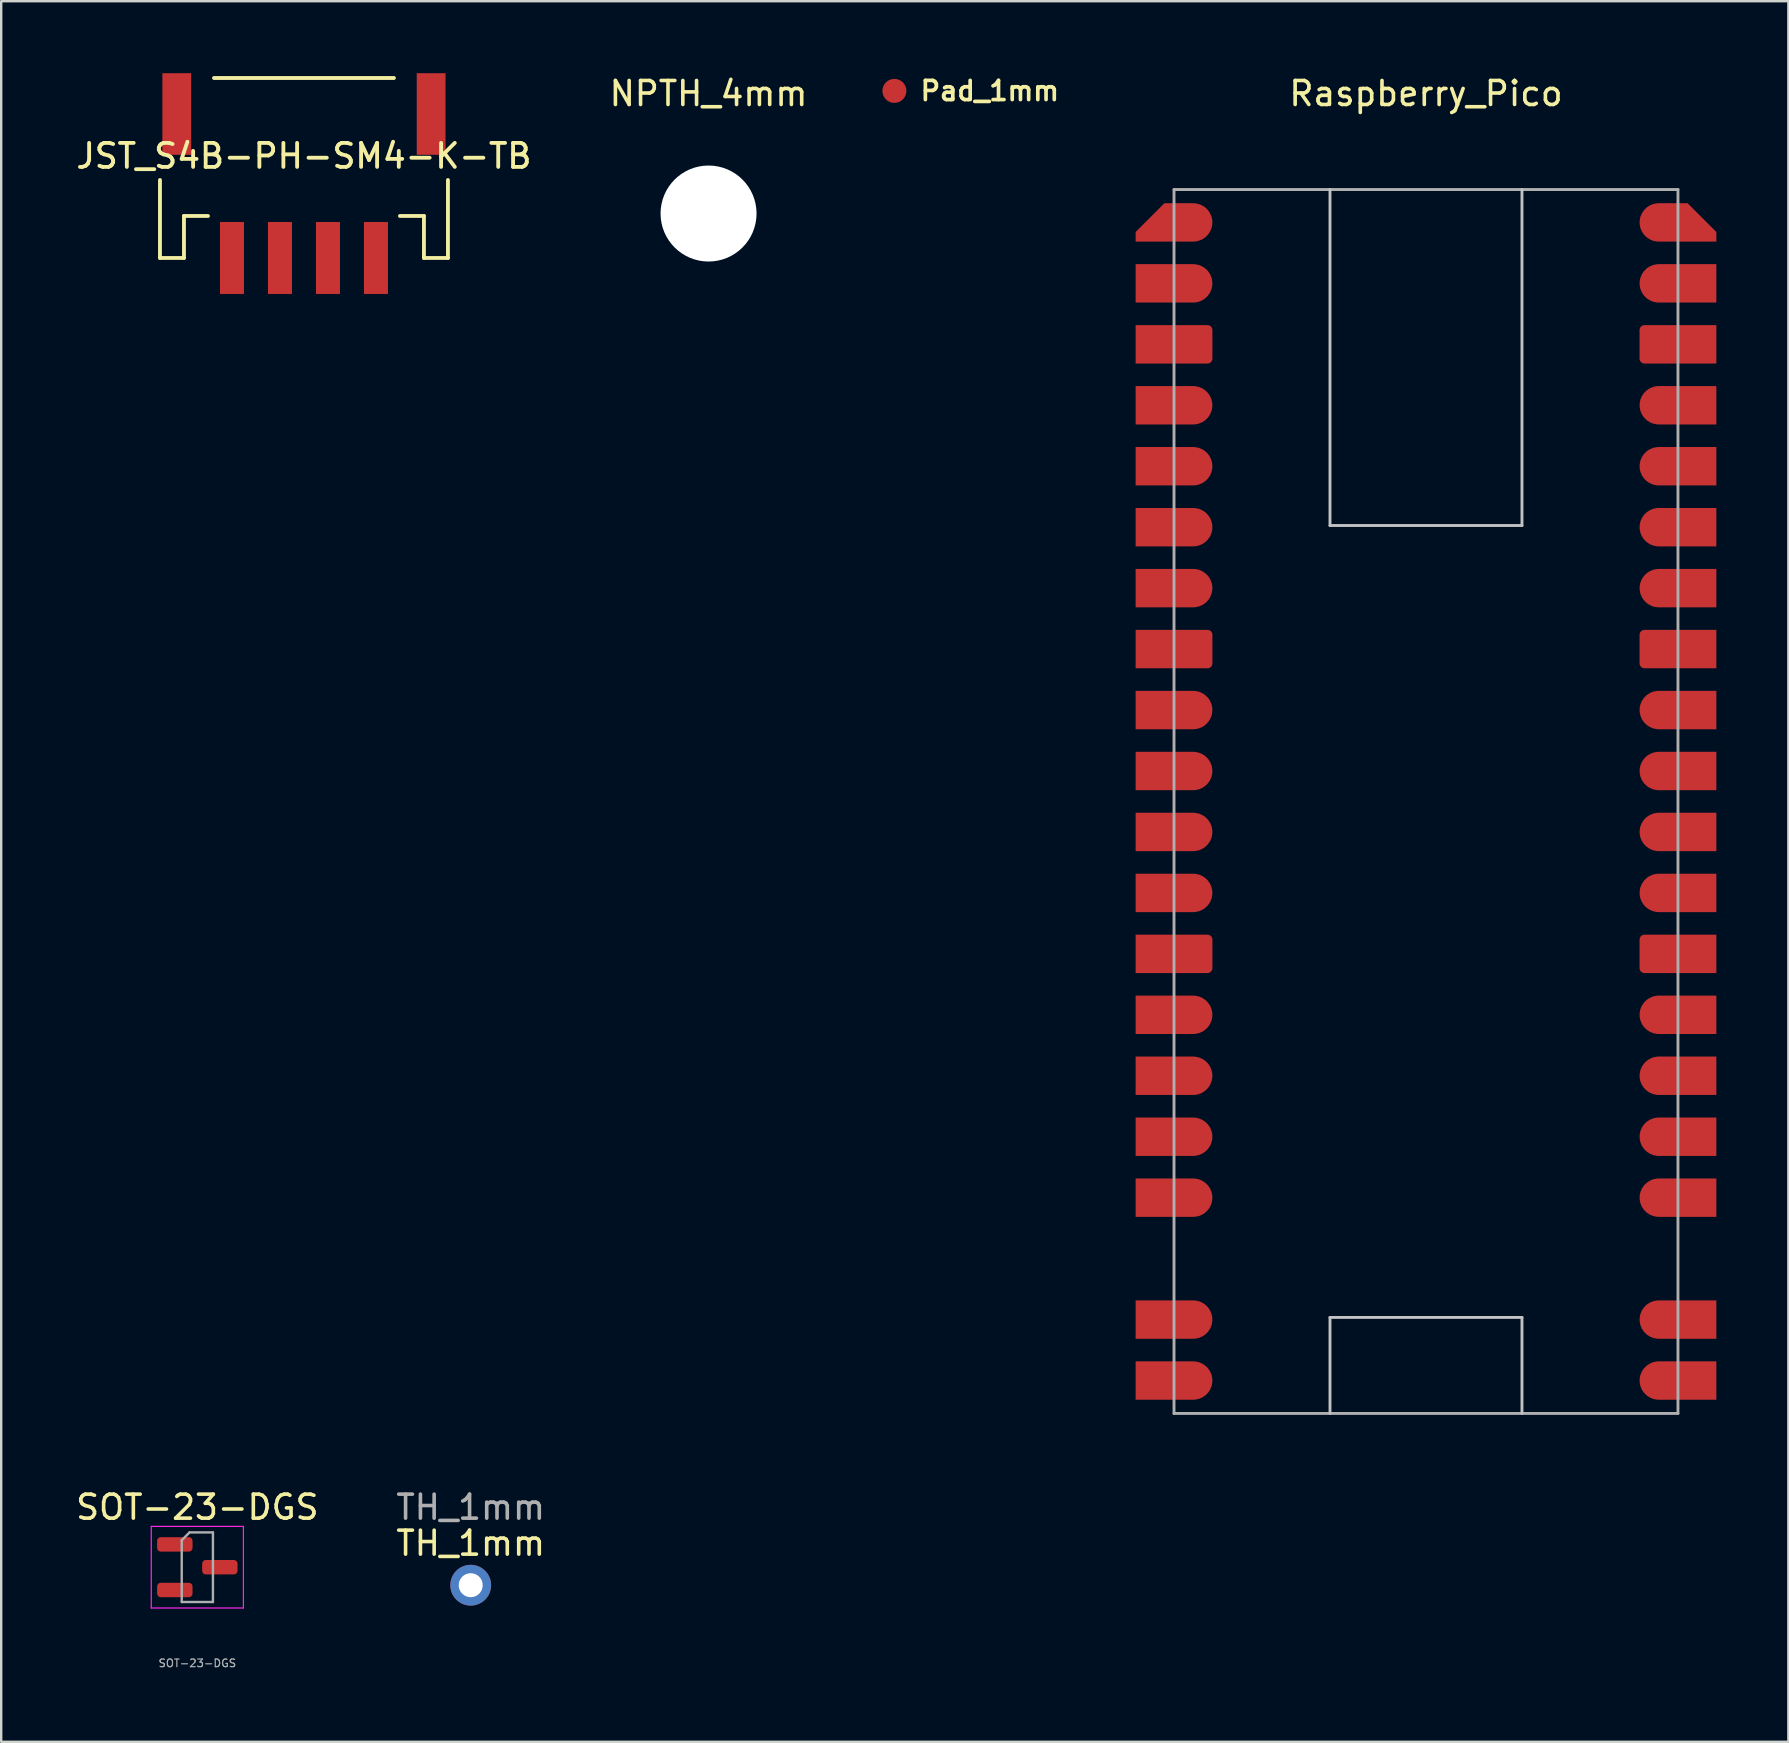
<source format=kicad_pcb>
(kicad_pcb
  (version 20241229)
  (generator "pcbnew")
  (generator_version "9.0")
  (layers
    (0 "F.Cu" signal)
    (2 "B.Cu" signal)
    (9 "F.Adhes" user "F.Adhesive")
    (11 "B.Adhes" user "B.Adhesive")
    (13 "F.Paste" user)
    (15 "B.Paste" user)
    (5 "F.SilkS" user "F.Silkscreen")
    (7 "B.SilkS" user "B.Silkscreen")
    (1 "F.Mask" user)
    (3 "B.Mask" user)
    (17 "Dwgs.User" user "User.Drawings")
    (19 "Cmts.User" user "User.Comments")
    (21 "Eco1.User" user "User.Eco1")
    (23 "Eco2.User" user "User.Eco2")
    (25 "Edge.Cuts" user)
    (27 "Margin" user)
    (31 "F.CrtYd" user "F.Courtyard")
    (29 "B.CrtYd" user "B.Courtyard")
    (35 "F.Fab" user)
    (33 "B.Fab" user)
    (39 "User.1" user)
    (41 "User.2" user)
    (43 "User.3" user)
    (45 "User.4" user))
  (footprint "Raspberry_Pico"
    (layer "F.Cu")
    (at 56.372 30.348)
    (property "Reference" "Raspberry_Pico" (at 0 -29.5 0) (layer "F.SilkS") (effects (font (size 1 1) (thickness 0.15))))
    (attr smd)
    (fp_line (start -4 -11.5) (end -4 -25.5) (stroke (width 0.12) (type solid)) (layer "Dwgs.User"))
    (fp_line (start -4 21.5) (end 4 21.5) (stroke (width 0.12) (type solid)) (layer "Dwgs.User"))
    (fp_line (start -4 25.5) (end -4 21.5) (stroke (width 0.12) (type solid)) (layer "Dwgs.User"))
    (fp_line (start 4 -25.5) (end 4 -11.5) (stroke (width 0.12) (type solid)) (layer "Dwgs.User"))
    (fp_line (start 4 -11.5) (end -4 -11.5) (stroke (width 0.12) (type solid)) (layer "Dwgs.User"))
    (fp_line (start 4 21.5) (end 4 25.5) (stroke (width 0.12) (type solid)) (layer "Dwgs.User"))
    (fp_line (start -10.5 -25.5) (end -10.5 25.5) (stroke (width 0.12) (type solid)) (layer "F.Fab"))
    (fp_line (start -10.5 -25.5) (end 10.5 -25.5) (stroke (width 0.12) (type solid)) (layer "F.Fab"))
    (fp_line (start -10.5 25.5) (end 10.5 25.5) (stroke (width 0.12) (type solid)) (layer "F.Fab"))
    (fp_line (start 10.5 -25.5) (end 10.5 25.5) (stroke (width 0.12) (type solid)) (layer "F.Fab"))
    (pad "1" smd custom (at -11.3 -24.13) (size 0.5 0.5) (layers "F.Cu" "F.Mask") (options (anchor circle)) (primitives (gr_line (start 0.8 0) (end 1.6 0) (width 1.6)) (gr_poly (pts (xy 0.8 0.8) (xy -0.8 0.8) (xy -0.8 0.4) (xy 0.4 -0.8) (xy 0.8 -0.8)) (width 0) (fill yes))))
    (pad "2" smd custom (at -11.3 -21.59) (size 1.6 1.6) (layers "F.Cu" "F.Mask") (options (anchor rect)) (primitives (gr_line (start 0 0) (end 1.6 0) (width 1.6))))
    (pad "3" smd custom (at -11.3 -19.05) (size 1.6 1.6) (layers "F.Cu" "F.Mask") (options (anchor rect)) (primitives (gr_line (start 0 -0.6) (end 2.2 -0.6) (width 0.4)) (gr_line (start 0 0.6) (end 2.2 0.6) (width 0.4)) (gr_line (start 2.2 -0.6) (end 2.2 0.6) (width 0.4)) (gr_line (start 0 0) (end 1.6 0) (width 1.2))))
    (pad "4" smd custom (at -11.3 -16.51) (size 1.6 1.6) (layers "F.Cu" "F.Mask") (options (anchor rect)) (primitives (gr_line (start 0 0) (end 1.6 0) (width 1.6))))
    (pad "5" smd custom (at -11.3 -13.97) (size 1.6 1.6) (layers "F.Cu" "F.Mask") (options (anchor rect)) (primitives (gr_line (start 0 0) (end 1.6 0) (width 1.6))))
    (pad "6" smd custom (at -11.3 -11.43) (size 1.6 1.6) (layers "F.Cu" "F.Mask") (options (anchor rect)) (primitives (gr_line (start 0 0) (end 1.6 0) (width 1.6))))
    (pad "7" smd custom (at -11.3 -8.89) (size 1.6 1.6) (layers "F.Cu" "F.Mask") (options (anchor rect)) (primitives (gr_line (start 0 0) (end 1.6 0) (width 1.6))))
    (pad "8" smd custom (at -11.3 -6.35) (size 1.6 1.6) (layers "F.Cu" "F.Mask") (options (anchor rect)) (primitives (gr_line (start 0 -0.6) (end 2.2 -0.6) (width 0.4)) (gr_line (start 0 0.6) (end 2.2 0.6) (width 0.4)) (gr_line (start 2.2 -0.6) (end 2.2 0.6) (width 0.4)) (gr_line (start 0 0) (end 1.6 0) (width 1.2))))
    (pad "9" smd custom (at -11.3 -3.81) (size 1.6 1.6) (layers "F.Cu" "F.Mask") (options (anchor rect)) (primitives (gr_line (start 0 0) (end 1.6 0) (width 1.6))))
    (pad "10" smd custom (at -11.3 -1.27) (size 1.6 1.6) (layers "F.Cu" "F.Mask") (options (anchor rect)) (primitives (gr_line (start 0 0) (end 1.6 0) (width 1.6))))
    (pad "11" smd custom (at -11.3 1.27) (size 1.6 1.6) (layers "F.Cu" "F.Mask") (options (anchor rect)) (primitives (gr_line (start 0 0) (end 1.6 0) (width 1.6))))
    (pad "12" smd custom (at -11.3 3.81) (size 1.6 1.6) (layers "F.Cu" "F.Mask") (options (anchor rect)) (primitives (gr_line (start 0 0) (end 1.6 0) (width 1.6))))
    (pad "13" smd custom (at -11.3 6.35) (size 1.6 1.6) (layers "F.Cu" "F.Mask") (options (anchor rect)) (primitives (gr_line (start 0 -0.6) (end 2.2 -0.6) (width 0.4)) (gr_line (start 0 0.6) (end 2.2 0.6) (width 0.4)) (gr_line (start 2.2 -0.6) (end 2.2 0.6) (width 0.4)) (gr_line (start 0 0) (end 1.6 0) (width 1.2))))
    (pad "14" smd custom (at -11.3 8.89) (size 1.6 1.6) (layers "F.Cu" "F.Mask") (options (anchor rect)) (primitives (gr_line (start 0 0) (end 1.6 0) (width 1.6))))
    (pad "15" smd custom (at -11.3 11.43) (size 1.6 1.6) (layers "F.Cu" "F.Mask") (options (anchor rect)) (primitives (gr_line (start 0 0) (end 1.6 0) (width 1.6))))
    (pad "16" smd custom (at -11.3 13.97) (size 1.6 1.6) (layers "F.Cu" "F.Mask") (options (anchor rect)) (primitives (gr_line (start 0 0) (end 1.6 0) (width 1.6))))
    (pad "17" smd custom (at -11.3 16.51) (size 1.6 1.6) (layers "F.Cu" "F.Mask") (options (anchor rect)) (primitives (gr_line (start 0 0) (end 1.6 0) (width 1.6))))
    (pad "19" smd custom (at -11.3 21.59) (size 1.6 1.6) (layers "F.Cu" "F.Mask") (options (anchor rect)) (primitives (gr_line (start 0 0) (end 1.6 0) (width 1.6))))
    (pad "20" smd custom (at -11.3 24.13) (size 1.6 1.6) (layers "F.Cu" "F.Mask") (options (anchor rect)) (primitives (gr_line (start 0 0) (end 1.6 0) (width 1.6))))
    (pad "21" smd custom (at 11.3 24.13 180) (size 1.6 1.6) (layers "F.Cu" "F.Mask") (options (anchor rect)) (primitives (gr_line (start 0 0) (end 1.6 0) (width 1.6))))
    (pad "22" smd custom (at 11.3 21.59 180) (size 1.6 1.6) (layers "F.Cu" "F.Mask") (options (anchor rect)) (primitives (gr_line (start 0 0) (end 1.6 0) (width 1.6))))
    (pad "24" smd custom (at 11.3 16.51 180) (size 1.6 1.6) (layers "F.Cu" "F.Mask") (options (anchor rect)) (primitives (gr_line (start 0 0) (end 1.6 0) (width 1.6))))
    (pad "25" smd custom (at 11.3 13.97 180) (size 1.6 1.6) (layers "F.Cu" "F.Mask") (options (anchor rect)) (primitives (gr_line (start 0 0) (end 1.6 0) (width 1.6))))
    (pad "26" smd custom (at 11.3 11.43 180) (size 1.6 1.6) (layers "F.Cu" "F.Mask") (options (anchor rect)) (primitives (gr_line (start 0 0) (end 1.6 0) (width 1.6))))
    (pad "27" smd custom (at 11.3 8.89 180) (size 1.6 1.6) (layers "F.Cu" "F.Mask") (options (anchor rect)) (primitives (gr_line (start 0 0) (end 1.6 0) (width 1.6))))
    (pad "28" smd custom (at 11.3 6.35 180) (size 1.6 1.6) (layers "F.Cu" "F.Mask") (options (anchor rect)) (primitives (gr_line (start 0 -0.6) (end 2.2 -0.6) (width 0.4)) (gr_line (start 0 0.6) (end 2.2 0.6) (width 0.4)) (gr_line (start 2.2 -0.6) (end 2.2 0.6) (width 0.4)) (gr_line (start 0 0) (end 1.6 0) (width 1.2))))
    (pad "29" smd custom (at 11.3 3.81 180) (size 1.6 1.6) (layers "F.Cu" "F.Mask") (options (anchor rect)) (primitives (gr_line (start 0 0) (end 1.6 0) (width 1.6))))
    (pad "30" smd custom (at 11.3 1.27 180) (size 1.6 1.6) (layers "F.Cu" "F.Mask") (options (anchor rect)) (primitives (gr_line (start 0 0) (end 1.6 0) (width 1.6))))
    (pad "31" smd custom (at 11.3 -1.27 180) (size 1.6 1.6) (layers "F.Cu" "F.Mask") (options (anchor rect)) (primitives (gr_line (start 0 0) (end 1.6 0) (width 1.6))))
    (pad "32" smd custom (at 11.3 -3.81 180) (size 1.6 1.6) (layers "F.Cu" "F.Mask") (options (anchor rect)) (primitives (gr_line (start 0 0) (end 1.6 0) (width 1.6))))
    (pad "33" smd custom (at 11.3 -6.35 180) (size 1.6 1.6) (layers "F.Cu" "F.Mask") (options (anchor rect)) (primitives (gr_line (start 0 -0.6) (end 2.2 -0.6) (width 0.4)) (gr_line (start 0 0.6) (end 2.2 0.6) (width 0.4)) (gr_line (start 2.2 -0.6) (end 2.2 0.6) (width 0.4)) (gr_line (start 0 0) (end 1.6 0) (width 1.2))))
    (pad "34" smd custom (at 11.3 -8.89 180) (size 1.6 1.6) (layers "F.Cu" "F.Mask") (options (anchor rect)) (primitives (gr_line (start 0 0) (end 1.6 0) (width 1.6))))
    (pad "35" smd custom (at 11.3 -11.43 180) (size 1.6 1.6) (layers "F.Cu" "F.Mask") (options (anchor rect)) (primitives (gr_line (start 0 0) (end 1.6 0) (width 1.6))))
    (pad "36" smd custom (at 11.3 -13.97 180) (size 1.6 1.6) (layers "F.Cu" "F.Mask") (options (anchor rect)) (primitives (gr_line (start 0 0) (end 1.6 0) (width 1.6))))
    (pad "37" smd custom (at 11.3 -16.51 180) (size 1.6 1.6) (layers "F.Cu" "F.Mask") (options (anchor rect)) (primitives (gr_line (start 0 0) (end 1.6 0) (width 1.6))))
    (pad "38" smd custom (at 11.3 -19.05 180) (size 1.6 1.6) (layers "F.Cu" "F.Mask") (options (anchor rect)) (primitives (gr_line (start 0 -0.6) (end 2.2 -0.6) (width 0.4)) (gr_line (start 0 0.6) (end 2.2 0.6) (width 0.4)) (gr_line (start 2.2 -0.6) (end 2.2 0.6) (width 0.4)) (gr_line (start 0 0) (end 1.6 0) (width 1.2))))
    (pad "39" smd custom (at 11.3 -21.59 180) (size 1.6 1.6) (layers "F.Cu" "F.Mask") (options (anchor rect)) (primitives (gr_line (start 0 0) (end 1.6 0) (width 1.6))))
    (pad "40" smd custom (at 11.3 -24.13 180) (size 0.5 0.5) (layers "F.Cu" "F.Mask") (options (anchor circle)) (primitives (gr_line (start 0.8 0) (end 1.6 0) (width 1.6)) (gr_poly (pts (xy 0.8 0.8) (xy 0.4 0.8) (xy -0.8 -0.4) (xy -0.8 -0.8) (xy 0.8 -0.8)) (width 0) (fill yes)))))
  (footprint "JST_S4B-PH-SM4-K-TB"
    (layer "F.Cu")
    (at 9.616 4.7)
    (property "Reference" "JST_S4B-PH-SM4-K-TB" (at 0 -1.25 0) (layer "F.SilkS") (effects (font (size 1 1) (thickness 0.16))))
    (attr smd)
    (fp_line (start -6 -0.25) (end -6 3) (stroke (width 0.16) (type solid)) (layer "F.SilkS"))
    (fp_line (start -6 3) (end -5 3) (stroke (width 0.16) (type solid)) (layer "F.SilkS"))
    (fp_line (start -5 3) (end -5 1.25) (stroke (width 0.16) (type solid)) (layer "F.SilkS"))
    (fp_line (start -4 1.25) (end -5 1.25) (stroke (width 0.16) (type solid)) (layer "F.SilkS"))
    (fp_line (start 3.75 -4.5) (end -3.75 -4.5) (stroke (width 0.16) (type solid)) (layer "F.SilkS"))
    (fp_line (start 5 1.25) (end 4 1.25) (stroke (width 0.16) (type solid)) (layer "F.SilkS"))
    (fp_line (start 5 3) (end 5 1.25) (stroke (width 0.16) (type solid)) (layer "F.SilkS"))
    (fp_line (start 5 3) (end 6 3) (stroke (width 0.16) (type solid)) (layer "F.SilkS"))
    (fp_line (start 6 -0.25) (end 6 3) (stroke (width 0.16) (type solid)) (layer "F.SilkS"))
    (pad "" smd rect (at -5.3 -3) (size 1.2 3.4) (layers "F.Cu" "F.Mask" "F.Paste"))
    (pad "" smd rect (at 5.3 -3) (size 1.2 3.4) (layers "F.Cu" "F.Mask" "F.Paste"))
    (pad "1" smd rect (at 3 3) (size 1 3) (layers "F.Cu" "F.Mask" "F.Paste"))
    (pad "2" smd rect (at 1 3) (size 1 3) (layers "F.Cu" "F.Mask" "F.Paste"))
    (pad "3" smd rect (at -1 3) (size 1 3) (layers "F.Cu" "F.Mask" "F.Paste"))
    (pad "4" smd rect (at -3 3) (size 1 3) (layers "F.Cu" "F.Mask" "F.Paste")))
  (footprint "Pad_1mm"
    (layer "F.Cu")
    (at 34.22 0.737)
    (property "Reference" "Pad_1mm" (at 1 0 0) (unlocked yes) (layer "F.SilkS") (effects (font (size 0.8 0.8) (thickness 0.153)) (justify left)))
    (attr through_hole)
    (pad "1" smd circle (at 0 0) (size 1 1) (layers "F.Cu" "F.Mask")))
  (footprint "SOT-23-DGS"
    (layer "F.Cu")
    (at 5.173 62.257)
    (property "Reference" "SOT-23-DGS" (at 0 -2.5 0) (layer "F.SilkS") (effects (font (size 1 1) (thickness 0.15))))
    (attr smd)
    (fp_line (start -1.92 -1.7) (end -1.92 1.7) (stroke (width 0.05) (type solid)) (layer "F.CrtYd"))
    (fp_line (start -1.92 1.7) (end 1.92 1.7) (stroke (width 0.05) (type solid)) (layer "F.CrtYd"))
    (fp_line (start 1.92 -1.7) (end -1.92 -1.7) (stroke (width 0.05) (type solid)) (layer "F.CrtYd"))
    (fp_line (start 1.92 1.7) (end 1.92 -1.7) (stroke (width 0.05) (type solid)) (layer "F.CrtYd"))
    (fp_line (start -0.65 -1.125) (end -0.325 -1.45) (stroke (width 0.1) (type solid)) (layer "F.Fab"))
    (fp_line (start -0.65 1.45) (end -0.65 -1.125) (stroke (width 0.1) (type solid)) (layer "F.Fab"))
    (fp_line (start -0.325 -1.45) (end 0.65 -1.45) (stroke (width 0.1) (type solid)) (layer "F.Fab"))
    (fp_line (start 0.65 -1.45) (end 0.65 1.45) (stroke (width 0.1) (type solid)) (layer "F.Fab"))
    (fp_line (start 0.65 1.45) (end -0.65 1.45) (stroke (width 0.1) (type solid)) (layer "F.Fab"))
    (fp_text user "${REFERENCE}" (at 0 4 0) (layer "F.Fab") (effects (font (size 0.32 0.32) (thickness 0.05))))
    (pad "1" smd roundrect (at 0.938 0) (size 1.475 0.6) (layers "F.Cu" "F.Mask" "F.Paste") (roundrect_rratio 0.25))
    (pad "2" smd roundrect (at -0.938 -0.95) (size 1.475 0.6) (layers "F.Cu" "F.Mask" "F.Paste") (roundrect_rratio 0.25))
    (pad "3" smd roundrect (at -0.938 0.95) (size 1.475 0.6) (layers "F.Cu" "F.Mask" "F.Paste") (roundrect_rratio 0.25)))
  (footprint "TH_1mm"
    (layer "F.Cu")
    (at 16.565 63.007)
    (property "Reference" "TH_1mm" (at 0 -1.75 0) (unlocked yes) (layer "F.SilkS") (effects (font (size 1 1) (thickness 0.15))))
    (attr smd)
    (fp_text user "${REFERENCE}" (at 0 -3.25 0) (unlocked yes) (layer "F.Fab") (effects (font (size 1 1) (thickness 0.15))))
    (pad "1" thru_hole circle (at 0 0) (size 1.7 1.7) (drill 1) (layers "*.Cu" "*.Mask")))
  (footprint "NPTH_4mm"
    (layer "F.Cu")
    (at 26.476 5.848)
    (property "Reference" "NPTH_4mm" (at 0 -5 0) (layer "F.SilkS") (effects (font (size 1 1) (thickness 0.15))))
    (attr exclude_from_pos_files exclude_from_bom)
    (pad "" np_thru_hole circle (at 0 0) (size 4 4) (drill 4) (layers "*.Cu" "*.Mask")))
  (gr_rect
    (start -3 -3)
    (end 71.472 69.531)
    (stroke (width 0.1) (type default))
    (fill no)
    (layer "Edge.Cuts")))
</source>
